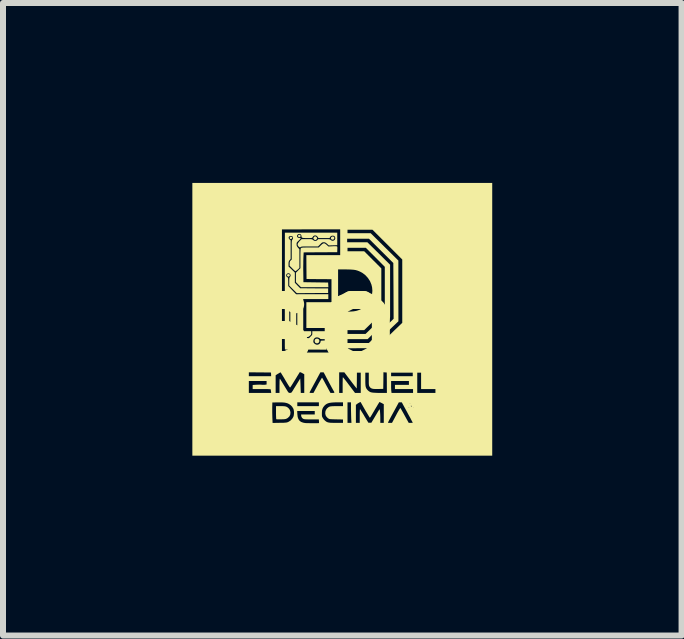
<source format=kicad_pcb>
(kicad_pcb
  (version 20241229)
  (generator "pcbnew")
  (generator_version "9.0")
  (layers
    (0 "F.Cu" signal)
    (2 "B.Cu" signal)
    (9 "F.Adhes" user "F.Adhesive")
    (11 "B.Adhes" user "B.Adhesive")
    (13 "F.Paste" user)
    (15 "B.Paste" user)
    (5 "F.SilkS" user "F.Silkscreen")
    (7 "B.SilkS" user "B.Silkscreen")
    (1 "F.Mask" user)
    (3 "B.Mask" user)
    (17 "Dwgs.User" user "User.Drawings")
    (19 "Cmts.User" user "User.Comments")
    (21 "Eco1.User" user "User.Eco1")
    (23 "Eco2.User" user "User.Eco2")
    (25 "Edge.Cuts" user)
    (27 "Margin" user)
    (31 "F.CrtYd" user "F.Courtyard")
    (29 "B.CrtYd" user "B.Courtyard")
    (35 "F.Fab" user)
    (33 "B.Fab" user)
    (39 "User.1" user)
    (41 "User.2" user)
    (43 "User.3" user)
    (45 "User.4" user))
  (footprint "Iso1"
    (layer "F.Cu")
    (at 2.657 2.274)
    (property "Reference" "Iso1" (at 0 0 0) (layer "F.SilkS") (effects (font (size 1.5 1.5) (thickness 0.3))))
    (attr board_only exclude_from_pos_files exclude_from_bom)
    (fp_poly (pts (xy -0.71 -1.41) (xy -0.698 -1.402) (xy -0.694 -1.39) (xy -0.698 -1.378) (xy -0.709 -1.371) (xy -0.723 -1.371) (xy -0.729 -1.373) (xy -0.737 -1.383) (xy -0.738 -1.395) (xy -0.731 -1.405) (xy -0.72 -1.411)) (stroke (width 0) (type solid)) (fill yes) (layer "F.SilkS"))
    (fp_poly (pts (xy -0.861 -0.234) (xy -0.856 -0.222) (xy -0.856 -0.215) (xy -0.862 -0.204) (xy -0.875 -0.198) (xy -0.889 -0.199) (xy -0.9 -0.206) (xy -0.901 -0.208) (xy -0.903 -0.221) (xy -0.9 -0.228) (xy -0.886 -0.238) (xy -0.872 -0.24)) (stroke (width 0) (type solid)) (fill yes) (layer "F.SilkS"))
    (fp_poly (pts (xy -0.891 -0.754) (xy -0.878 -0.746) (xy -0.876 -0.743) (xy -0.873 -0.733) (xy -0.88 -0.722) (xy -0.881 -0.721) (xy -0.894 -0.711) (xy -0.906 -0.712) (xy -0.915 -0.719) (xy -0.923 -0.729) (xy -0.922 -0.738) (xy -0.917 -0.747) (xy -0.905 -0.754)) (stroke (width 0) (type solid)) (fill yes) (layer "F.SilkS"))
    (fp_poly (pts (xy -0.848 -1.376) (xy -0.836 -1.369) (xy -0.832 -1.36) (xy -0.836 -1.352) (xy -0.846 -1.343) (xy -0.855 -1.338) (xy -0.857 -1.338) (xy -0.868 -1.341) (xy -0.871 -1.343) (xy -0.878 -1.352) (xy -0.876 -1.364) (xy -0.869 -1.374) (xy -0.862 -1.377)) (stroke (width 0) (type solid)) (fill yes) (layer "F.SilkS"))
    (fp_poly (pts (xy -0.146 -1.378) (xy -0.135 -1.369) (xy -0.132 -1.355) (xy -0.137 -1.339) (xy -0.138 -1.338) (xy -0.151 -1.328) (xy -0.167 -1.327) (xy -0.182 -1.335) (xy -0.183 -1.335) (xy -0.191 -1.35) (xy -0.188 -1.365) (xy -0.177 -1.376) (xy -0.161 -1.382)) (stroke (width 0) (type solid)) (fill yes) (layer "F.SilkS"))
    (fp_poly (pts (xy -0.124 0.312) (xy -0.114 0.324) (xy -0.112 0.341) (xy -0.115 0.352) (xy -0.123 0.362) (xy -0.136 0.366) (xy -0.142 0.366) (xy -0.157 0.364) (xy -0.168 0.358) (xy -0.168 0.358) (xy -0.174 0.343) (xy -0.171 0.327) (xy -0.162 0.313) (xy -0.158 0.31) (xy -0.14 0.306)) (stroke (width 0) (type solid)) (fill yes) (layer "F.SilkS"))
    (fp_poly (pts (xy -0.872 -0.397) (xy -0.862 -0.388) (xy -0.856 -0.379) (xy -0.855 -0.376) (xy -0.859 -0.369) (xy -0.869 -0.36) (xy -0.879 -0.355) (xy -0.881 -0.355) (xy -0.891 -0.359) (xy -0.898 -0.364) (xy -0.905 -0.373) (xy -0.907 -0.377) (xy -0.903 -0.385) (xy -0.893 -0.394) (xy -0.883 -0.4) (xy -0.88 -0.401)) (stroke (width 0) (type solid)) (fill yes) (layer "F.SilkS"))
    (fp_poly (pts (xy -0.44 -1.38) (xy -0.427 -1.369) (xy -0.42 -1.357) (xy -0.419 -1.352) (xy -0.423 -1.342) (xy -0.43 -1.332) (xy -0.442 -1.323) (xy -0.451 -1.32) (xy -0.461 -1.324) (xy -0.471 -1.332) (xy -0.48 -1.343) (xy -0.483 -1.351) (xy -0.478 -1.364) (xy -0.468 -1.376) (xy -0.456 -1.384) (xy -0.453 -1.384)) (stroke (width 0) (type solid)) (fill yes) (layer "F.SilkS"))
    (fp_poly (pts (xy -0.397 0.329) (xy -0.396 0.33) (xy -0.384 0.346) (xy -0.382 0.364) (xy -0.387 0.381) (xy -0.399 0.394) (xy -0.417 0.401) (xy -0.422 0.401) (xy -0.44 0.397) (xy -0.451 0.39) (xy -0.459 0.374) (xy -0.461 0.355) (xy -0.456 0.339) (xy -0.453 0.334) (xy -0.436 0.324) (xy -0.416 0.322)) (stroke (width 0) (type solid)) (fill yes) (layer "F.SilkS"))
    (fp_poly (pts (xy -0.995 1.448) (xy -0.972 1.449) (xy -0.955 1.451) (xy -0.942 1.454) (xy -0.931 1.458) (xy -0.924 1.461) (xy -0.895 1.483) (xy -0.875 1.51) (xy -0.865 1.543) (xy -0.864 1.557) (xy -0.868 1.591) (xy -0.882 1.619) (xy -0.906 1.642) (xy -0.917 1.65) (xy -0.929 1.656) (xy -0.941 1.661) (xy -0.955 1.664) (xy -0.973 1.666) (xy -0.999 1.667) (xy -1.02 1.668) (xy -1.049 1.668) (xy -1.073 1.668) (xy -1.091 1.667) (xy -1.1 1.666) (xy -1.1 1.666) (xy -1.102 1.659) (xy -1.103 1.642) (xy -1.104 1.617) (xy -1.105 1.587) (xy -1.105 1.555) (xy -1.105 1.448) (xy -1.027 1.448)) (stroke (width 0) (type solid)) (fill yes) (layer "F.SilkS"))
    (fp_poly (pts (xy -0.285 -1.261) (xy -0.266 -1.246) (xy -0.26 -1.241) (xy -0.231 -1.214) (xy -0.164 -1.218) (xy -0.136 -1.219) (xy -0.113 -1.219) (xy -0.096 -1.218) (xy -0.088 -1.216) (xy -0.084 -1.209) (xy -0.082 -1.194) (xy -0.083 -1.168) (xy -0.083 -1.165) (xy -0.084 -1.119) (xy -0.364 -1.118) (xy -0.644 -1.116) (xy -0.648 -1.034) (xy -0.649 -1.005) (xy -0.65 -0.967) (xy -0.65 -0.923) (xy -0.651 -0.875) (xy -0.651 -0.826) (xy -0.65 -0.785) (xy -0.648 -0.619) (xy -0.442 -0.616) (xy -0.236 -0.613) (xy -0.234 -0.574) (xy -0.232 -0.535) (xy -0.461 -0.535) (xy -0.689 -0.535) (xy -0.731 -0.577) (xy -0.773 -0.62) (xy -0.773 -0.698) (xy -0.773 -0.777) (xy -0.736 -0.814) (xy -0.698 -0.852) (xy -0.698 -1.015) (xy -0.698 -1.063) (xy -0.698 -1.101) (xy -0.697 -1.13) (xy -0.696 -1.151) (xy -0.695 -1.166) (xy -0.694 -1.176) (xy -0.691 -1.183) (xy -0.689 -1.187) (xy -0.687 -1.188) (xy -0.683 -1.191) (xy -0.675 -1.194) (xy -0.664 -1.195) (xy -0.648 -1.197) (xy -0.624 -1.197) (xy -0.593 -1.198) (xy -0.551 -1.198) (xy -0.534 -1.198) (xy -0.392 -1.198) (xy -0.358 -1.233) (xy -0.335 -1.254) (xy -0.318 -1.265) (xy -0.302 -1.268)) (stroke (width 0) (type solid)) (fill yes) (layer "F.SilkS"))
    (fp_poly (pts (xy -0.084 -1.34) (xy -0.084 -1.236) (xy -0.155 -1.234) (xy -0.225 -1.232) (xy -0.254 -1.259) (xy -0.272 -1.273) (xy -0.285 -1.281) (xy -0.298 -1.285) (xy -0.309 -1.285) (xy -0.323 -1.284) (xy -0.333 -1.281) (xy -0.345 -1.274) (xy -0.359 -1.26) (xy -0.369 -1.25) (xy -0.404 -1.215) (xy -0.544 -1.215) (xy -0.589 -1.215) (xy -0.624 -1.215) (xy -0.65 -1.214) (xy -0.669 -1.213) (xy -0.681 -1.211) (xy -0.688 -1.209) (xy -0.692 -1.207) (xy -0.702 -1.199) (xy -0.713 -1.201) (xy -0.727 -1.212) (xy -0.729 -1.214) (xy -0.742 -1.232) (xy -0.745 -1.25) (xy -0.739 -1.269) (xy -0.723 -1.291) (xy -0.711 -1.304) (xy -0.678 -1.337) (xy -0.591 -1.337) (xy -0.557 -1.337) (xy -0.533 -1.337) (xy -0.517 -1.336) (xy -0.506 -1.334) (xy -0.498 -1.331) (xy -0.492 -1.326) (xy -0.487 -1.322) (xy -0.467 -1.309) (xy -0.445 -1.306) (xy -0.425 -1.313) (xy -0.415 -1.322) (xy -0.402 -1.337) (xy -0.304 -1.337) (xy -0.268 -1.337) (xy -0.242 -1.337) (xy -0.224 -1.336) (xy -0.212 -1.334) (xy -0.204 -1.332) (xy -0.198 -1.328) (xy -0.193 -1.323) (xy -0.175 -1.311) (xy -0.156 -1.309) (xy -0.138 -1.315) (xy -0.124 -1.328) (xy -0.117 -1.347) (xy -0.116 -1.352) (xy -0.121 -1.374) (xy -0.134 -1.389) (xy -0.154 -1.395) (xy -0.165 -1.394) (xy -0.182 -1.391) (xy -0.193 -1.384) (xy -0.201 -1.374) (xy -0.212 -1.355) (xy -0.305 -1.355) (xy -0.398 -1.355) (xy -0.41 -1.374) (xy -0.426 -1.391) (xy -0.446 -1.399) (xy -0.466 -1.397) (xy -0.484 -1.386) (xy -0.495 -1.369) (xy -0.498 -1.364) (xy -0.502 -1.36) (xy -0.509 -1.357) (xy -0.521 -1.356) (xy -0.54 -1.355) (xy -0.568 -1.355) (xy -0.584 -1.355) (xy -0.62 -1.355) (xy -0.645 -1.356) (xy -0.662 -1.359) (xy -0.673 -1.363) (xy -0.678 -1.37) (xy -0.68 -1.38) (xy -0.68 -1.388) (xy -0.685 -1.406) (xy -0.698 -1.419) (xy -0.714 -1.424) (xy -0.732 -1.421) (xy -0.744 -1.413) (xy -0.754 -1.397) (xy -0.754 -1.381) (xy -0.746 -1.367) (xy -0.731 -1.358) (xy -0.712 -1.357) (xy -0.698 -1.357) (xy -0.693 -1.353) (xy -0.697 -1.344) (xy -0.71 -1.329) (xy -0.727 -1.312) (xy -0.744 -1.296) (xy -0.755 -1.284) (xy -0.76 -1.274) (xy -0.762 -1.262) (xy -0.762 -1.251) (xy -0.761 -1.233) (xy -0.756 -1.219) (xy -0.747 -1.205) (xy -0.739 -1.195) (xy -0.715 -1.168) (xy -0.715 -1.012) (xy -0.715 -0.856) (xy -0.744 -0.829) (xy -0.76 -0.816) (xy -0.773 -0.806) (xy -0.781 -0.802) (xy -0.788 -0.806) (xy -0.801 -0.817) (xy -0.818 -0.833) (xy -0.833 -0.848) (xy -0.878 -0.893) (xy -0.878 -0.928) (xy -0.877 -0.949) (xy -0.874 -0.962) (xy -0.868 -0.972) (xy -0.861 -0.98) (xy -0.843 -0.997) (xy -0.843 -1.157) (xy -0.843 -1.205) (xy -0.843 -1.242) (xy -0.843 -1.271) (xy -0.842 -1.291) (xy -0.841 -1.306) (xy -0.839 -1.316) (xy -0.837 -1.322) (xy -0.834 -1.326) (xy -0.832 -1.329) (xy -0.822 -1.344) (xy -0.821 -1.362) (xy -0.827 -1.378) (xy -0.829 -1.381) (xy -0.841 -1.387) (xy -0.857 -1.39) (xy -0.858 -1.39) (xy -0.878 -1.386) (xy -0.891 -1.375) (xy -0.895 -1.36) (xy -0.89 -1.344) (xy -0.878 -1.331) (xy -0.861 -1.318) (xy -0.861 -1.162) (xy -0.861 -1.006) (xy -0.878 -0.987) (xy -0.887 -0.975) (xy -0.892 -0.964) (xy -0.895 -0.95) (xy -0.896 -0.929) (xy -0.896 -0.924) (xy -0.896 -0.881) (xy -0.843 -0.83) (xy -0.791 -0.78) (xy -0.791 -0.695) (xy -0.791 -0.61) (xy -0.747 -0.564) (xy -0.702 -0.518) (xy -0.469 -0.516) (xy -0.236 -0.515) (xy -0.236 -0.477) (xy -0.236 -0.439) (xy -0.497 -0.438) (xy -0.758 -0.436) (xy -0.821 -0.499) (xy -0.884 -0.562) (xy -0.884 -0.629) (xy -0.884 -0.658) (xy -0.883 -0.678) (xy -0.881 -0.691) (xy -0.878 -0.7) (xy -0.873 -0.706) (xy -0.872 -0.707) (xy -0.862 -0.722) (xy -0.862 -0.739) (xy -0.869 -0.754) (xy -0.883 -0.765) (xy -0.898 -0.768) (xy -0.918 -0.763) (xy -0.931 -0.75) (xy -0.936 -0.732) (xy -0.932 -0.717) (xy -0.922 -0.704) (xy -0.91 -0.698) (xy -0.908 -0.698) (xy -0.905 -0.694) (xy -0.903 -0.68) (xy -0.902 -0.657) (xy -0.901 -0.627) (xy -0.901 -0.555) (xy -0.836 -0.487) (xy -0.77 -0.418) (xy -0.502 -0.419) (xy -0.233 -0.419) (xy -0.233 -0.378) (xy -0.233 -0.337) (xy -0.442 -0.337) (xy -0.651 -0.337) (xy -0.651 -0.07) (xy -0.651 0.198) (xy -0.584 0.198) (xy -0.518 0.198) (xy -0.518 0.226) (xy -0.518 0.244) (xy -0.522 0.256) (xy -0.532 0.267) (xy -0.542 0.276) (xy -0.554 0.286) (xy -0.564 0.292) (xy -0.575 0.295) (xy -0.591 0.296) (xy -0.614 0.297) (xy -0.619 0.297) (xy -0.673 0.297) (xy -0.711 0.256) (xy -0.75 0.216) (xy -0.75 0.025) (xy -0.75 -0.166) (xy -0.721 -0.195) (xy -0.706 -0.211) (xy -0.697 -0.222) (xy -0.693 -0.234) (xy -0.693 -0.248) (xy -0.693 -0.25) (xy -0.693 -0.266) (xy -0.694 -0.27) (xy -0.696 -0.265) (xy -0.698 -0.256) (xy -0.707 -0.237) (xy -0.728 -0.214) (xy -0.735 -0.207) (xy -0.768 -0.177) (xy -0.768 0.027) (xy -0.768 0.23) (xy -0.725 0.272) (xy -0.683 0.314) (xy -0.619 0.314) (xy -0.555 0.314) (xy -0.528 0.287) (xy -0.513 0.272) (xy -0.504 0.261) (xy -0.501 0.249) (xy -0.5 0.232) (xy -0.5 0.229) (xy -0.5 0.198) (xy -0.291 0.198) (xy -0.081 0.198) (xy -0.083 0.35) (xy -0.084 0.503) (xy -0.161 0.505) (xy -0.238 0.506) (xy -0.238 0.474) (xy -0.239 0.456) (xy -0.241 0.446) (xy -0.246 0.442) (xy -0.25 0.442) (xy -0.257 0.443) (xy -0.26 0.449) (xy -0.262 0.463) (xy -0.262 0.474) (xy -0.262 0.506) (xy -0.516 0.505) (xy -0.77 0.503) (xy -0.772 0.413) (xy -0.773 0.364) (xy -0.483 0.364) (xy -0.481 0.381) (xy -0.475 0.394) (xy -0.462 0.406) (xy -0.439 0.421) (xy -0.415 0.424) (xy -0.39 0.416) (xy -0.374 0.402) (xy -0.363 0.381) (xy -0.361 0.366) (xy -0.36 0.361) (xy -0.356 0.358) (xy -0.348 0.356) (xy -0.332 0.355) (xy -0.308 0.354) (xy -0.292 0.354) (xy -0.257 0.353) (xy -0.231 0.353) (xy -0.214 0.354) (xy -0.202 0.355) (xy -0.194 0.358) (xy -0.189 0.362) (xy -0.186 0.365) (xy -0.167 0.381) (xy -0.146 0.387) (xy -0.125 0.384) (xy -0.106 0.37) (xy -0.105 0.368) (xy -0.094 0.347) (xy -0.095 0.326) (xy -0.105 0.307) (xy -0.124 0.292) (xy -0.128 0.291) (xy -0.15 0.287) (xy -0.17 0.294) (xy -0.187 0.31) (xy -0.189 0.315) (xy -0.198 0.331) (xy -0.282 0.331) (xy -0.317 0.331) (xy -0.341 0.33) (xy -0.357 0.329) (xy -0.366 0.327) (xy -0.37 0.324) (xy -0.37 0.323) (xy -0.377 0.316) (xy -0.391 0.308) (xy -0.397 0.306) (xy -0.423 0.3) (xy -0.447 0.305) (xy -0.466 0.319) (xy -0.479 0.34) (xy -0.483 0.364) (xy -0.773 0.364) (xy -0.774 0.322) (xy -0.82 0.276) (xy -0.866 0.23) (xy -0.866 0.026) (xy -0.866 -0.028) (xy -0.866 -0.072) (xy -0.866 -0.107) (xy -0.866 -0.133) (xy -0.865 -0.153) (xy -0.864 -0.167) (xy -0.862 -0.176) (xy -0.86 -0.182) (xy -0.858 -0.186) (xy -0.855 -0.189) (xy -0.845 -0.205) (xy -0.843 -0.219) (xy -0.848 -0.236) (xy -0.86 -0.247) (xy -0.875 -0.252) (xy -0.892 -0.25) (xy -0.907 -0.241) (xy -0.914 -0.23) (xy -0.917 -0.217) (xy -0.913 -0.204) (xy -0.911 -0.201) (xy -0.901 -0.189) (xy -0.892 -0.182) (xy -0.89 -0.18) (xy -0.888 -0.174) (xy -0.887 -0.164) (xy -0.886 -0.148) (xy -0.885 -0.125) (xy -0.884 -0.094) (xy -0.884 -0.055) (xy -0.884 -0.006) (xy -0.884 0.03) (xy -0.884 0.239) (xy -0.837 0.287) (xy -0.791 0.336) (xy -0.792 0.419) (xy -0.794 0.503) (xy -0.874 0.505) (xy -0.908 0.505) (xy -0.932 0.505) (xy -0.947 0.503) (xy -0.955 0.501) (xy -0.957 0.499) (xy -0.957 0.492) (xy -0.957 0.475) (xy -0.958 0.447) (xy -0.958 0.409) (xy -0.958 0.362) (xy -0.958 0.306) (xy -0.958 0.243) (xy -0.958 0.172) (xy -0.958 0.094) (xy -0.958 0.011) (xy -0.958 -0.079) (xy -0.958 -0.173) (xy -0.958 -0.271) (xy -0.958 -0.374) (xy -0.958 -0.379) (xy -0.919 -0.379) (xy -0.914 -0.36) (xy -0.901 -0.348) (xy -0.879 -0.344) (xy -0.87 -0.344) (xy -0.852 -0.345) (xy -0.84 -0.342) (xy -0.831 -0.334) (xy -0.823 -0.326) (xy -0.813 -0.322) (xy -0.798 -0.32) (xy -0.775 -0.32) (xy -0.754 -0.321) (xy -0.739 -0.323) (xy -0.733 -0.325) (xy -0.733 -0.326) (xy -0.738 -0.329) (xy -0.752 -0.331) (xy -0.766 -0.331) (xy -0.787 -0.332) (xy -0.802 -0.336) (xy -0.816 -0.345) (xy -0.822 -0.349) (xy -0.837 -0.366) (xy -0.843 -0.38) (xy -0.843 -0.381) (xy -0.848 -0.395) (xy -0.861 -0.407) (xy -0.878 -0.413) (xy -0.881 -0.413) (xy -0.899 -0.408) (xy -0.913 -0.396) (xy -0.919 -0.38) (xy -0.919 -0.379) (xy -0.958 -0.379) (xy -0.958 -0.477) (xy -0.957 -1.445) (xy -0.52 -1.445) (xy -0.084 -1.445)) (stroke (width 0) (type solid)) (fill yes) (layer "F.SilkS"))
    (fp_poly (pts (xy 2.5 0) (xy 2.5 2.274) (xy 0 2.274) (xy -2.5 2.274) (xy -2.5 1.506) (xy -1.168 1.506) (xy -1.168 1.551) (xy -1.167 1.596) (xy -1.166 1.636) (xy -1.166 1.639) (xy -1.162 1.728) (xy -1.045 1.726) (xy -1.005 1.725) (xy -0.975 1.725) (xy -0.952 1.723) (xy -0.936 1.722) (xy -0.923 1.719) (xy -0.912 1.716) (xy -0.901 1.711) (xy -0.894 1.708) (xy -0.861 1.686) (xy -0.834 1.656) (xy -0.817 1.628) (xy -0.81 1.607) (xy -0.806 1.579) (xy -0.805 1.548) (xy -0.807 1.529) (xy -0.752 1.529) (xy -0.749 1.583) (xy -0.744 1.628) (xy -0.732 1.663) (xy -0.714 1.69) (xy -0.688 1.71) (xy -0.653 1.723) (xy -0.622 1.729) (xy -0.611 1.73) (xy -0.592 1.731) (xy -0.566 1.731) (xy -0.536 1.732) (xy -0.504 1.732) (xy -0.473 1.732) (xy -0.443 1.732) (xy -0.418 1.732) (xy -0.4 1.731) (xy -0.39 1.731) (xy -0.389 1.73) (xy -0.388 1.724) (xy -0.388 1.709) (xy -0.389 1.698) (xy -0.391 1.669) (xy -0.51 1.669) (xy -0.554 1.669) (xy -0.589 1.668) (xy -0.614 1.667) (xy -0.633 1.665) (xy -0.645 1.662) (xy -0.648 1.661) (xy -0.668 1.647) (xy -0.681 1.626) (xy -0.686 1.602) (xy -0.686 1.587) (xy -0.573 1.587) (xy -0.459 1.587) (xy -0.459 1.565) (xy -0.34 1.565) (xy -0.34 1.591) (xy -0.339 1.61) (xy -0.336 1.624) (xy -0.33 1.636) (xy -0.323 1.648) (xy -0.309 1.668) (xy -0.292 1.686) (xy -0.284 1.693) (xy -0.27 1.704) (xy -0.256 1.712) (xy -0.24 1.718) (xy -0.221 1.722) (xy -0.196 1.725) (xy -0.164 1.726) (xy -0.124 1.727) (xy -0.103 1.727) (xy 0.012 1.727) (xy 0.012 1.698) (xy 0.012 1.67) (xy -0.101 1.668) (xy -0.14 1.667) (xy -0.169 1.666) (xy -0.19 1.665) (xy -0.205 1.664) (xy -0.216 1.661) (xy -0.224 1.658) (xy -0.232 1.653) (xy -0.238 1.65) (xy -0.262 1.627) (xy -0.278 1.6) (xy -0.284 1.57) (xy -0.283 1.556) (xy 0.087 1.556) (xy 0.087 1.727) (xy 0.12 1.727) (xy 0.153 1.727) (xy 0.149 1.656) (xy 0.148 1.625) (xy 0.147 1.586) (xy 0.146 1.544) (xy 0.145 1.502) (xy 0.145 1.485) (xy 0.145 1.426) (xy 0.227 1.426) (xy 0.227 1.577) (xy 0.227 1.727) (xy 0.259 1.727) (xy 0.291 1.727) (xy 0.291 1.61) (xy 0.291 1.568) (xy 0.292 1.535) (xy 0.293 1.512) (xy 0.295 1.5) (xy 0.296 1.498) (xy 0.301 1.504) (xy 0.31 1.519) (xy 0.324 1.541) (xy 0.341 1.568) (xy 0.36 1.599) (xy 0.368 1.614) (xy 0.435 1.724) (xy 0.46 1.724) (xy 0.485 1.724) (xy 0.55 1.615) (xy 0.569 1.583) (xy 0.586 1.554) (xy 0.601 1.529) (xy 0.613 1.511) (xy 0.619 1.501) (xy 0.62 1.5) (xy 0.623 1.502) (xy 0.626 1.515) (xy 0.629 1.536) (xy 0.631 1.565) (xy 0.633 1.599) (xy 0.634 1.637) (xy 0.634 1.667) (xy 0.634 1.727) (xy 0.663 1.727) (xy 0.692 1.727) (xy 0.692 1.724) (xy 0.762 1.724) (xy 0.767 1.726) (xy 0.781 1.727) (xy 0.795 1.727) (xy 0.829 1.727) (xy 0.896 1.602) (xy 0.914 1.567) (xy 0.931 1.537) (xy 0.946 1.511) (xy 0.958 1.492) (xy 0.965 1.481) (xy 0.968 1.479) (xy 0.972 1.484) (xy 0.981 1.498) (xy 0.993 1.52) (xy 1.009 1.548) (xy 1.027 1.58) (xy 1.04 1.604) (xy 1.108 1.727) (xy 1.141 1.727) (xy 1.159 1.726) (xy 1.171 1.725) (xy 1.175 1.723) (xy 1.172 1.717) (xy 1.164 1.702) (xy 1.152 1.68) (xy 1.137 1.65) (xy 1.118 1.616) (xy 1.097 1.578) (xy 1.083 1.551) (xy 1.037 1.467) (xy 1.106 1.467) (xy 1.107 1.47) (xy 1.113 1.477) (xy 1.116 1.475) (xy 1.116 1.474) (xy 1.116 1.474) (xy 1.18 1.474) (xy 1.183 1.477) (xy 1.186 1.474) (xy 1.183 1.471) (xy 1.18 1.474) (xy 1.116 1.474) (xy 1.112 1.47) (xy 1.11 1.468) (xy 1.106 1.467) (xy 1.037 1.467) (xy 1.025 1.445) (xy 1.134 1.445) (xy 1.137 1.448) (xy 1.14 1.445) (xy 1.148 1.445) (xy 1.152 1.452) (xy 1.158 1.459) (xy 1.16 1.456) (xy 1.161 1.449) (xy 1.157 1.441) (xy 1.153 1.441) (xy 1.148 1.445) (xy 1.14 1.445) (xy 1.14 1.445) (xy 1.137 1.442) (xy 1.134 1.445) (xy 1.025 1.445) (xy 1.003 1.404) (xy 1.122 1.404) (xy 1.125 1.407) (xy 1.128 1.404) (xy 1.125 1.401) (xy 1.122 1.404) (xy 1.003 1.404) (xy 1 1.399) (xy 1.134 1.399) (xy 1.137 1.401) (xy 1.14 1.399) (xy 1.137 1.396) (xy 1.134 1.399) (xy 1 1.399) (xy 0.992 1.384) (xy 0.967 1.384) (xy 0.943 1.384) (xy 0.865 1.528) (xy 0.837 1.579) (xy 0.814 1.621) (xy 0.796 1.655) (xy 0.782 1.68) (xy 0.773 1.699) (xy 0.766 1.712) (xy 0.763 1.72) (xy 0.762 1.724) (xy 0.692 1.724) (xy 0.692 1.571) (xy 0.692 1.415) (xy 0.657 1.396) (xy 0.639 1.387) (xy 0.626 1.381) (xy 0.619 1.379) (xy 0.619 1.379) (xy 0.616 1.384) (xy 0.608 1.398) (xy 0.595 1.418) (xy 0.58 1.444) (xy 0.563 1.472) (xy 0.545 1.502) (xy 0.528 1.532) (xy 0.511 1.56) (xy 0.497 1.585) (xy 0.485 1.604) (xy 0.481 1.612) (xy 0.471 1.627) (xy 0.463 1.638) (xy 0.46 1.64) (xy 0.455 1.635) (xy 0.446 1.621) (xy 0.432 1.598) (xy 0.414 1.568) (xy 0.392 1.532) (xy 0.368 1.49) (xy 0.342 1.444) (xy 0.333 1.428) (xy 0.321 1.407) (xy 0.312 1.391) (xy 0.306 1.381) (xy 0.305 1.379) (xy 0.299 1.38) (xy 0.287 1.386) (xy 0.271 1.395) (xy 0.254 1.405) (xy 0.246 1.412) (xy 0.227 1.426) (xy 0.145 1.426) (xy 0.145 1.384) (xy 0.116 1.384) (xy 0.087 1.384) (xy 0.087 1.556) (xy -0.283 1.556) (xy -0.282 1.539) (xy -0.272 1.51) (xy -0.253 1.484) (xy -0.227 1.463) (xy -0.214 1.457) (xy -0.202 1.453) (xy -0.187 1.451) (xy -0.165 1.449) (xy -0.135 1.448) (xy -0.096 1.448) (xy -0.09 1.448) (xy 0.012 1.448) (xy 0.012 1.416) (xy 0.012 1.384) (xy -0.077 1.384) (xy -0.131 1.385) (xy -0.175 1.388) (xy -0.211 1.393) (xy -0.24 1.401) (xy -0.265 1.413) (xy -0.285 1.428) (xy -0.297 1.44) (xy -0.317 1.465) (xy -0.33 1.491) (xy -0.338 1.521) (xy -0.34 1.559) (xy -0.34 1.565) (xy -0.459 1.565) (xy -0.459 1.558) (xy -0.459 1.529) (xy -0.606 1.529) (xy -0.752 1.529) (xy -0.807 1.529) (xy -0.808 1.519) (xy -0.814 1.495) (xy -0.817 1.489) (xy -0.836 1.457) (xy -0.858 1.434) (xy -0.883 1.416) (xy -0.75 1.416) (xy -0.75 1.448) (xy -0.57 1.448) (xy -0.39 1.448) (xy -0.39 1.416) (xy -0.39 1.384) (xy -0.57 1.384) (xy -0.75 1.384) (xy -0.75 1.416) (xy -0.883 1.416) (xy -0.885 1.415) (xy -0.907 1.403) (xy -0.932 1.395) (xy -0.96 1.389) (xy -0.994 1.386) (xy -1.037 1.385) (xy -1.076 1.385) (xy -1.166 1.387) (xy -1.168 1.468) (xy -1.168 1.506) (xy -2.5 1.506) (xy -2.5 1.128) (xy -1.558 1.128) (xy -1.558 1.227) (xy -1.372 1.227) (xy -1.185 1.227) (xy -1.188 1.205) (xy -1.191 1.188) (xy -1.192 1.174) (xy -1.192 1.173) (xy -1.193 1.17) (xy -1.196 1.168) (xy -1.202 1.166) (xy -1.214 1.165) (xy -1.232 1.164) (xy -1.257 1.163) (xy -1.291 1.163) (xy -1.335 1.163) (xy -1.343 1.163) (xy -1.494 1.163) (xy -1.494 1.129) (xy -1.494 1.095) (xy -1.437 1.091) (xy -1.408 1.09) (xy -1.379 1.089) (xy -1.355 1.09) (xy -1.348 1.091) (xy -1.324 1.092) (xy -1.299 1.092) (xy -1.289 1.091) (xy -1.262 1.087) (xy -1.262 1.058) (xy -1.262 1.029) (xy -1.41 1.029) (xy -1.558 1.029) (xy -1.558 1.128) (xy -2.5 1.128) (xy -2.5 0.916) (xy -1.558 0.916) (xy -1.558 0.948) (xy -1.372 0.948) (xy -1.186 0.948) (xy -1.187 0.933) (xy -1.111 0.933) (xy -1.111 1.08) (xy -1.111 1.227) (xy -1.079 1.227) (xy -1.047 1.227) (xy -1.047 1.107) (xy -1.046 1.066) (xy -1.046 1.032) (xy -1.044 1.008) (xy -1.043 0.994) (xy -1.041 0.991) (xy -1.036 0.997) (xy -1.027 1.011) (xy -1.014 1.032) (xy -0.999 1.056) (xy -0.997 1.06) (xy -0.978 1.091) (xy -0.958 1.124) (xy -0.939 1.155) (xy -0.926 1.176) (xy -0.912 1.199) (xy -0.902 1.214) (xy -0.894 1.222) (xy -0.886 1.226) (xy -0.877 1.227) (xy -0.872 1.227) (xy -0.859 1.226) (xy -0.85 1.223) (xy -0.842 1.214) (xy -0.831 1.198) (xy -0.828 1.194) (xy -0.818 1.177) (xy -0.804 1.153) (xy -0.786 1.125) (xy -0.767 1.094) (xy -0.754 1.073) (xy -0.701 0.987) (xy -0.697 1.076) (xy -0.696 1.11) (xy -0.695 1.143) (xy -0.694 1.171) (xy -0.693 1.191) (xy -0.693 1.196) (xy -0.692 1.227) (xy -0.663 1.227) (xy -0.634 1.227) (xy -0.634 1.222) (xy -0.545 1.222) (xy -0.54 1.226) (xy -0.528 1.227) (xy -0.514 1.227) (xy -0.48 1.227) (xy -0.411 1.099) (xy -0.392 1.064) (xy -0.374 1.033) (xy -0.359 1.007) (xy -0.348 0.988) (xy -0.34 0.977) (xy -0.337 0.974) (xy -0.333 0.98) (xy -0.324 0.994) (xy -0.312 1.016) (xy -0.297 1.043) (xy -0.281 1.074) (xy -0.279 1.077) (xy -0.261 1.11) (xy -0.244 1.141) (xy -0.23 1.168) (xy -0.218 1.189) (xy -0.211 1.202) (xy -0.197 1.227) (xy -0.163 1.227) (xy -0.146 1.227) (xy -0.135 1.225) (xy -0.132 1.22) (xy -0.135 1.209) (xy -0.145 1.192) (xy -0.155 1.175) (xy -0.165 1.156) (xy -0.179 1.131) (xy -0.194 1.103) (xy -0.207 1.079) (xy -0.22 1.055) (xy -0.052 1.055) (xy -0.052 1.227) (xy -0.023 1.227) (xy 0.006 1.227) (xy 0.006 1.096) (xy 0.006 1.059) (xy 0.007 1.025) (xy 0.007 0.998) (xy 0.008 0.978) (xy 0.01 0.967) (xy 0.01 0.965) (xy 0.015 0.97) (xy 0.025 0.982) (xy 0.041 1.002) (xy 0.061 1.027) (xy 0.084 1.057) (xy 0.109 1.091) (xy 0.113 1.096) (xy 0.212 1.227) (xy 0.26 1.227) (xy 0.308 1.227) (xy 0.308 1.058) (xy 0.308 0.89) (xy 0.384 0.89) (xy 0.384 0.998) (xy 0.384 1.043) (xy 0.385 1.079) (xy 0.387 1.106) (xy 0.391 1.127) (xy 0.397 1.144) (xy 0.405 1.159) (xy 0.416 1.173) (xy 0.421 1.179) (xy 0.436 1.193) (xy 0.451 1.204) (xy 0.467 1.213) (xy 0.488 1.219) (xy 0.514 1.223) (xy 0.547 1.225) (xy 0.589 1.227) (xy 0.627 1.227) (xy 0.744 1.227) (xy 0.743 1.101) (xy 0.814 1.101) (xy 0.814 1.132) (xy 0.815 1.161) (xy 0.816 1.185) (xy 0.818 1.2) (xy 0.821 1.227) (xy 1.001 1.227) (xy 1.18 1.227) (xy 1.18 1.195) (xy 1.18 1.163) (xy 1.029 1.163) (xy 0.878 1.163) (xy 0.878 1.128) (xy 0.878 1.093) (xy 0.994 1.093) (xy 1.111 1.093) (xy 1.111 1.061) (xy 1.111 1.058) (xy 1.25 1.058) (xy 1.25 1.227) (xy 1.401 1.227) (xy 1.553 1.227) (xy 1.553 1.195) (xy 1.553 1.163) (xy 1.433 1.163) (xy 1.314 1.163) (xy 1.314 1.026) (xy 1.314 0.89) (xy 1.282 0.89) (xy 1.25 0.89) (xy 1.25 1.058) (xy 1.111 1.058) (xy 1.111 1.029) (xy 0.962 1.029) (xy 0.814 1.029) (xy 0.814 1.101) (xy 0.743 1.101) (xy 0.743 1.057) (xy 0.742 0.919) (xy 0.814 0.919) (xy 0.814 0.948) (xy 0.994 0.948) (xy 1.175 0.948) (xy 1.175 0.919) (xy 1.175 0.89) (xy 0.994 0.89) (xy 0.814 0.89) (xy 0.814 0.919) (xy 0.742 0.919) (xy 0.741 0.887) (xy 0.714 0.885) (xy 0.686 0.883) (xy 0.685 1.022) (xy 0.683 1.16) (xy 0.596 1.162) (xy 0.556 1.162) (xy 0.525 1.161) (xy 0.502 1.157) (xy 0.485 1.151) (xy 0.471 1.142) (xy 0.46 1.13) (xy 0.455 1.123) (xy 0.45 1.115) (xy 0.447 1.107) (xy 0.445 1.097) (xy 0.443 1.083) (xy 0.442 1.062) (xy 0.442 1.034) (xy 0.442 0.996) (xy 0.442 0.89) (xy 0.413 0.89) (xy 0.384 0.89) (xy 0.308 0.89) (xy 0.276 0.89) (xy 0.244 0.89) (xy 0.243 1.022) (xy 0.241 1.154) (xy 0.204 1.108) (xy 0.188 1.087) (xy 0.167 1.06) (xy 0.144 1.029) (xy 0.119 0.997) (xy 0.101 0.973) (xy 0.034 0.884) (xy -0.009 0.884) (xy -0.052 0.884) (xy -0.052 1.055) (xy -0.22 1.055) (xy -0.225 1.045) (xy -0.245 1.008) (xy -0.265 0.971) (xy -0.276 0.949) (xy -0.311 0.884) (xy -0.338 0.884) (xy -0.365 0.884) (xy -0.452 1.045) (xy -0.474 1.085) (xy -0.494 1.122) (xy -0.512 1.155) (xy -0.526 1.182) (xy -0.537 1.202) (xy -0.543 1.214) (xy -0.544 1.217) (xy -0.545 1.222) (xy -0.634 1.222) (xy -0.634 1.071) (xy -0.634 0.916) (xy -0.669 0.896) (xy -0.687 0.887) (xy -0.701 0.882) (xy -0.708 0.88) (xy -0.708 0.881) (xy -0.712 0.886) (xy -0.721 0.901) (xy -0.734 0.922) (xy -0.751 0.949) (xy -0.77 0.981) (xy -0.788 1.01) (xy -0.809 1.044) (xy -0.828 1.075) (xy -0.845 1.102) (xy -0.858 1.122) (xy -0.867 1.134) (xy -0.87 1.138) (xy -0.875 1.134) (xy -0.884 1.121) (xy -0.898 1.1) (xy -0.914 1.074) (xy -0.933 1.042) (xy -0.951 1.012) (xy -0.971 0.977) (xy -0.99 0.946) (xy -1.006 0.92) (xy -1.018 0.9) (xy -1.027 0.887) (xy -1.03 0.884) (xy -1.036 0.887) (xy -1.05 0.895) (xy -1.068 0.906) (xy -1.073 0.908) (xy -1.111 0.933) (xy -1.187 0.933) (xy -1.187 0.917) (xy -1.189 0.887) (xy -1.374 0.885) (xy -1.558 0.884) (xy -1.558 0.916) (xy -2.5 0.916) (xy -2.5 0) (xy -2.5 -1.499) (xy -1.006 -1.499) (xy -1.006 -0.473) (xy -1.006 0.552) (xy -0.525 0.554) (xy -0.451 0.554) (xy -0.38 0.554) (xy -0.314 0.554) (xy -0.252 0.554) (xy -0.197 0.554) (xy -0.148 0.554) (xy -0.107 0.554) (xy -0.074 0.554) (xy -0.051 0.554) (xy -0.038 0.553) (xy -0.036 0.553) (xy -0.031 0.546) (xy -0.031 0.533) (xy -0.032 0.523) (xy -0.033 0.503) (xy -0.034 0.475) (xy -0.034 0.439) (xy -0.035 0.398) (xy -0.035 0.354) (xy -0.035 0.331) (xy -0.035 0.145) (xy -0.317 0.145) (xy -0.599 0.145) (xy -0.599 -0.07) (xy -0.599 -0.285) (xy -0.39 -0.285) (xy -0.18 -0.285) (xy -0.18 -0.477) (xy -0.18 -0.48) (xy -0.07 -0.48) (xy -0.07 -0.128) (xy 0.051 -0.128) (xy 0.097 -0.128) (xy 0.134 -0.129) (xy 0.164 -0.131) (xy 0.189 -0.133) (xy 0.212 -0.137) (xy 0.225 -0.139) (xy 0.284 -0.157) (xy 0.337 -0.184) (xy 0.384 -0.219) (xy 0.424 -0.261) (xy 0.457 -0.308) (xy 0.481 -0.361) (xy 0.496 -0.416) (xy 0.502 -0.474) (xy 0.497 -0.533) (xy 0.486 -0.579) (xy 0.462 -0.637) (xy 0.427 -0.69) (xy 0.385 -0.736) (xy 0.335 -0.774) (xy 0.306 -0.79) (xy 0.278 -0.803) (xy 0.251 -0.813) (xy 0.223 -0.821) (xy 0.191 -0.826) (xy 0.154 -0.829) (xy 0.109 -0.831) (xy 0.055 -0.832) (xy 0.05 -0.832) (xy -0.07 -0.832) (xy -0.07 -0.48) (xy -0.18 -0.48) (xy -0.18 -0.669) (xy -0.388 -0.67) (xy -0.596 -0.672) (xy -0.598 -0.871) (xy -0.599 -1.07) (xy -0.317 -1.07) (xy -0.035 -1.07) (xy -0.035 -1.163) (xy 0.087 -1.163) (xy 0.087 -1.134) (xy 0.227 -1.134) (xy 0.366 -1.134) (xy 0.509 -0.991) (xy 0.651 -0.849) (xy 0.651 -0.472) (xy 0.651 -0.094) (xy 0.627 -0.072) (xy 0.616 -0.063) (xy 0.598 -0.046) (xy 0.575 -0.024) (xy 0.548 0.003) (xy 0.517 0.032) (xy 0.486 0.063) (xy 0.484 0.065) (xy 0.366 0.18) (xy 0.227 0.18) (xy 0.087 0.18) (xy 0.087 0.212) (xy 0.087 0.244) (xy 0.238 0.244) (xy 0.388 0.244) (xy 0.549 0.087) (xy 0.709 -0.071) (xy 0.709 -0.473) (xy 0.709 -0.875) (xy 0.551 -1.034) (xy 0.393 -1.192) (xy 0.24 -1.192) (xy 0.087 -1.192) (xy 0.087 -1.163) (xy -0.035 -1.163) (xy -0.035 -1.285) (xy -0.035 -1.314) (xy 0.081 -1.314) (xy 0.081 -1.285) (xy 0.25 -1.285) (xy 0.418 -1.285) (xy 0.608 -1.098) (xy 0.797 -0.91) (xy 0.797 -0.472) (xy 0.797 -0.034) (xy 0.691 0.069) (xy 0.655 0.104) (xy 0.617 0.141) (xy 0.579 0.178) (xy 0.543 0.213) (xy 0.512 0.243) (xy 0.503 0.252) (xy 0.422 0.331) (xy 0.254 0.331) (xy 0.087 0.331) (xy 0.087 0.363) (xy 0.087 0.395) (xy 0.265 0.395) (xy 0.443 0.395) (xy 0.65 0.193) (xy 0.856 -0.009) (xy 0.854 -0.474) (xy 0.851 -0.939) (xy 0.648 -1.141) (xy 0.445 -1.343) (xy 0.263 -1.343) (xy 0.081 -1.343) (xy 0.081 -1.314) (xy -0.035 -1.314) (xy -0.035 -1.465) (xy 0.087 -1.465) (xy 0.087 -1.436) (xy 0.28 -1.436) (xy 0.473 -1.436) (xy 0.704 -1.208) (xy 0.935 -0.98) (xy 0.935 -0.473) (xy 0.936 0.033) (xy 0.83 0.134) (xy 0.796 0.167) (xy 0.757 0.205) (xy 0.714 0.247) (xy 0.67 0.289) (xy 0.628 0.33) (xy 0.599 0.359) (xy 0.474 0.482) (xy 0.281 0.482) (xy 0.087 0.483) (xy 0.087 0.515) (xy 0.087 0.547) (xy 0.292 0.547) (xy 0.497 0.547) (xy 0.593 0.452) (xy 0.621 0.424) (xy 0.651 0.395) (xy 0.685 0.362) (xy 0.723 0.325) (xy 0.765 0.284) (xy 0.814 0.238) (xy 0.868 0.185) (xy 0.93 0.126) (xy 0.984 0.074) (xy 1 0.059) (xy 1 -0.469) (xy 1 -0.997) (xy 0.752 -1.246) (xy 0.503 -1.494) (xy 0.295 -1.494) (xy 0.087 -1.494) (xy 0.087 -1.465) (xy -0.035 -1.465) (xy -0.035 -1.5) (xy -0.52 -1.5) (xy -1.006 -1.499) (xy -2.5 -1.499) (xy -2.5 -2.274) (xy 0 -2.274) (xy 2.5 -2.274)) (stroke (width 0) (type solid)) (fill yes) (layer "F.SilkS")))
  (gr_rect
    (start -3 -3)
    (end 8.314 7.547)
    (stroke (width 0.1) (type default))
    (fill no)
    (layer "Edge.Cuts")))
</source>
